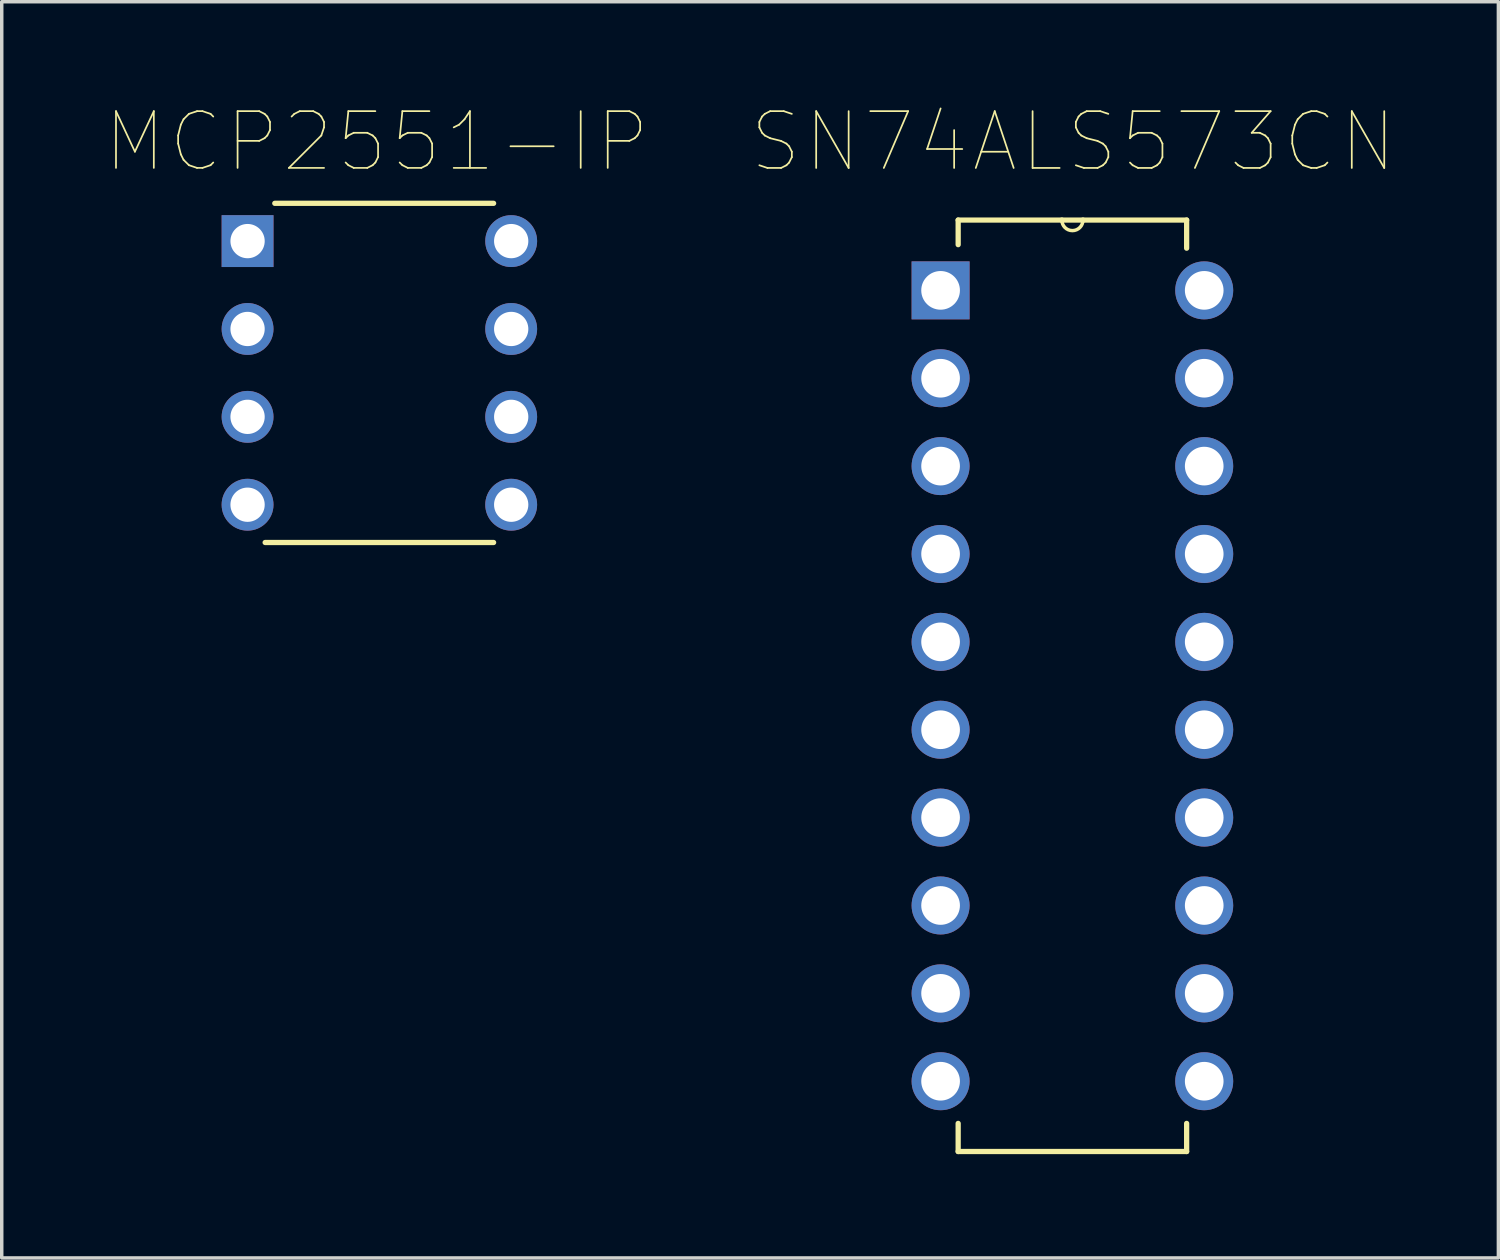
<source format=kicad_pcb>
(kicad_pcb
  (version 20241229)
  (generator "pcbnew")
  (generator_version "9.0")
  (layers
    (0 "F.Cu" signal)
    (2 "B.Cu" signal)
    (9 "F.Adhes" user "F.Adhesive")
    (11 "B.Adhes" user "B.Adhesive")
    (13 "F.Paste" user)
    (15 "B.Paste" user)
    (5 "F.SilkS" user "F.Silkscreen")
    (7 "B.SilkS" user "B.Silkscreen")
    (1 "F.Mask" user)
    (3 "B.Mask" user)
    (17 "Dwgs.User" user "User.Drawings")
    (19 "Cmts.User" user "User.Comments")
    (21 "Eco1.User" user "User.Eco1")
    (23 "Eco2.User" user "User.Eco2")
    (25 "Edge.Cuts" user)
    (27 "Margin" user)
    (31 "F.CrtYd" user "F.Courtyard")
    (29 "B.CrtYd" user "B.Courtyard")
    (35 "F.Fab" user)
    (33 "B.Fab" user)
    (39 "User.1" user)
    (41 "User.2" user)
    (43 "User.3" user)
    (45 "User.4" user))
  (footprint "MCP2551-IP"
    (layer "F.Cu")
    (at 11.726 11.539)
    (property "Reference" "MCP2551-IP" (at -3.887 -10.492 0) (layer "F.SilkS") (effects (font (size 1.64 1.64) (thickness 0.05))))
    (attr through_hole)
    (fp_line (start -7.112 1.092) (end -0.508 1.092) (stroke (width 0.152) (type solid)) (layer "F.SilkS"))
    (fp_line (start -0.508 -8.712) (end -6.833 -8.712) (stroke (width 0.152) (type solid)) (layer "F.SilkS"))
    (fp_line (start -8.103 -8.128) (end -8.103 -7.112) (stroke (width 0.152) (type solid)) (layer "Eco2.User"))
    (fp_line (start -8.103 -7.112) (end -7.112 -7.112) (stroke (width 0.152) (type solid)) (layer "Eco2.User"))
    (fp_line (start -8.103 -5.588) (end -8.103 -4.572) (stroke (width 0.152) (type solid)) (layer "Eco2.User"))
    (fp_line (start -8.103 -4.572) (end -7.112 -4.572) (stroke (width 0.152) (type solid)) (layer "Eco2.User"))
    (fp_line (start -8.103 -3.048) (end -8.103 -2.032) (stroke (width 0.152) (type solid)) (layer "Eco2.User"))
    (fp_line (start -8.103 -2.032) (end -7.112 -2.032) (stroke (width 0.152) (type solid)) (layer "Eco2.User"))
    (fp_line (start -8.103 -0.483) (end -8.103 0.508) (stroke (width 0.152) (type solid)) (layer "Eco2.User"))
    (fp_line (start -8.103 0.508) (end -7.112 0.508) (stroke (width 0.152) (type solid)) (layer "Eco2.User"))
    (fp_line (start -7.112 -8.712) (end -7.112 1.092) (stroke (width 0.152) (type solid)) (layer "Eco2.User"))
    (fp_line (start -7.112 -8.128) (end -8.103 -8.128) (stroke (width 0.152) (type solid)) (layer "Eco2.User"))
    (fp_line (start -7.112 -7.112) (end -7.112 -8.128) (stroke (width 0.152) (type solid)) (layer "Eco2.User"))
    (fp_line (start -7.112 -5.588) (end -8.103 -5.588) (stroke (width 0.152) (type solid)) (layer "Eco2.User"))
    (fp_line (start -7.112 -4.572) (end -7.112 -5.588) (stroke (width 0.152) (type solid)) (layer "Eco2.User"))
    (fp_line (start -7.112 -3.048) (end -8.103 -3.048) (stroke (width 0.152) (type solid)) (layer "Eco2.User"))
    (fp_line (start -7.112 -2.032) (end -7.112 -3.048) (stroke (width 0.152) (type solid)) (layer "Eco2.User"))
    (fp_line (start -7.112 -0.508) (end -8.103 -0.483) (stroke (width 0.152) (type solid)) (layer "Eco2.User"))
    (fp_line (start -7.112 0.508) (end -7.112 -0.508) (stroke (width 0.152) (type solid)) (layer "Eco2.User"))
    (fp_line (start -7.112 1.092) (end -0.508 1.092) (stroke (width 0.152) (type solid)) (layer "Eco2.User"))
    (fp_line (start -0.508 -8.712) (end -7.112 -8.712) (stroke (width 0.152) (type solid)) (layer "Eco2.User"))
    (fp_line (start -0.508 -8.128) (end -0.508 -7.112) (stroke (width 0.152) (type solid)) (layer "Eco2.User"))
    (fp_line (start -0.508 -7.112) (end 0.483 -7.112) (stroke (width 0.152) (type solid)) (layer "Eco2.User"))
    (fp_line (start -0.508 -5.588) (end -0.508 -4.572) (stroke (width 0.152) (type solid)) (layer "Eco2.User"))
    (fp_line (start -0.508 -4.572) (end 0.483 -4.572) (stroke (width 0.152) (type solid)) (layer "Eco2.User"))
    (fp_line (start -0.508 -3.048) (end -0.508 -2.032) (stroke (width 0.152) (type solid)) (layer "Eco2.User"))
    (fp_line (start -0.508 -2.032) (end 0.483 -2.057) (stroke (width 0.152) (type solid)) (layer "Eco2.User"))
    (fp_line (start -0.508 -0.508) (end -0.508 0.508) (stroke (width 0.152) (type solid)) (layer "Eco2.User"))
    (fp_line (start -0.508 0.508) (end 0.483 0.483) (stroke (width 0.152) (type solid)) (layer "Eco2.User"))
    (fp_line (start -0.508 1.092) (end -0.508 -8.712) (stroke (width 0.152) (type solid)) (layer "Eco2.User"))
    (fp_line (start 0.483 -8.128) (end -0.508 -8.128) (stroke (width 0.152) (type solid)) (layer "Eco2.User"))
    (fp_line (start 0.483 -7.112) (end 0.483 -8.128) (stroke (width 0.152) (type solid)) (layer "Eco2.User"))
    (fp_line (start 0.483 -5.588) (end -0.508 -5.588) (stroke (width 0.152) (type solid)) (layer "Eco2.User"))
    (fp_line (start 0.483 -4.572) (end 0.483 -5.588) (stroke (width 0.152) (type solid)) (layer "Eco2.User"))
    (fp_line (start 0.483 -3.048) (end -0.508 -3.048) (stroke (width 0.152) (type solid)) (layer "Eco2.User"))
    (fp_line (start 0.483 -2.057) (end 0.483 -3.048) (stroke (width 0.152) (type solid)) (layer "Eco2.User"))
    (fp_line (start 0.483 -0.508) (end -0.508 -0.508) (stroke (width 0.152) (type solid)) (layer "Eco2.User"))
    (fp_line (start 0.483 0.483) (end 0.483 -0.508) (stroke (width 0.152) (type solid)) (layer "Eco2.User"))
    (pad "1" thru_hole rect (at -7.62 -7.62) (size 1.499 1.499) (drill 0.991) (layers "*.Cu" "*.Mask"))
    (pad "2" thru_hole circle (at -7.62 -5.08) (size 1.499 1.499) (drill 0.991) (layers "*.Cu" "*.Mask"))
    (pad "3" thru_hole circle (at -7.62 -2.54) (size 1.499 1.499) (drill 0.991) (layers "*.Cu" "*.Mask"))
    (pad "4" thru_hole circle (at -7.62 0) (size 1.499 1.499) (drill 0.991) (layers "*.Cu" "*.Mask"))
    (pad "5" thru_hole circle (at 0 0) (size 1.499 1.499) (drill 0.991) (layers "*.Cu" "*.Mask"))
    (pad "6" thru_hole circle (at 0 -2.54) (size 1.499 1.499) (drill 0.991) (layers "*.Cu" "*.Mask"))
    (pad "7" thru_hole circle (at 0 -5.08) (size 1.499 1.499) (drill 0.991) (layers "*.Cu" "*.Mask"))
    (pad "8" thru_hole circle (at 0 -7.62) (size 1.499 1.499) (drill 0.991) (layers "*.Cu" "*.Mask")))
  (footprint "SN74ALS573CN"
    (layer "F.Cu")
    (at 31.758 28.203)
    (property "Reference" "SN74ALS573CN" (at -3.788 -27.155 0) (layer "F.SilkS") (effects (font (size 1.642 1.642) (thickness 0.05))))
    (attr through_hole)
    (fp_line (start -7.112 -24.892) (end -7.112 -24.181) (stroke (width 0.152) (type solid)) (layer "F.SilkS"))
    (fp_line (start -7.112 1.219) (end -7.112 2.032) (stroke (width 0.152) (type solid)) (layer "F.SilkS"))
    (fp_line (start -7.112 2.032) (end -0.508 2.032) (stroke (width 0.152) (type solid)) (layer "F.SilkS"))
    (fp_line (start -4.115 -24.892) (end -7.112 -24.892) (stroke (width 0.152) (type solid)) (layer "F.SilkS"))
    (fp_line (start -3.505 -24.892) (end -4.115 -24.892) (stroke (width 0.152) (type solid)) (layer "F.SilkS"))
    (fp_line (start -0.508 -24.892) (end -3.505 -24.892) (stroke (width 0.152) (type solid)) (layer "F.SilkS"))
    (fp_line (start -0.508 -24.079) (end -0.508 -24.892) (stroke (width 0.152) (type solid)) (layer "F.SilkS"))
    (fp_line (start -0.508 2.032) (end -0.508 1.219) (stroke (width 0.152) (type solid)) (layer "F.SilkS"))
    (fp_arc (start -3.5052 -24.892) (mid -3.81 -24.5872) (end -4.1148 -24.892) (stroke (width 0.1) (type solid)) (layer "F.SilkS"))
    (fp_line (start -8.179 -23.419) (end -8.179 -22.301) (stroke (width 0.152) (type solid)) (layer "Eco2.User"))
    (fp_line (start -8.179 -22.301) (end -7.112 -22.301) (stroke (width 0.152) (type solid)) (layer "Eco2.User"))
    (fp_line (start -8.179 -20.879) (end -8.179 -19.761) (stroke (width 0.152) (type solid)) (layer "Eco2.User"))
    (fp_line (start -8.179 -19.761) (end -7.112 -19.761) (stroke (width 0.152) (type solid)) (layer "Eco2.User"))
    (fp_line (start -8.179 -18.339) (end -8.179 -17.221) (stroke (width 0.152) (type solid)) (layer "Eco2.User"))
    (fp_line (start -8.179 -17.221) (end -7.112 -17.221) (stroke (width 0.152) (type solid)) (layer "Eco2.User"))
    (fp_line (start -8.179 -15.799) (end -8.179 -14.681) (stroke (width 0.152) (type solid)) (layer "Eco2.User"))
    (fp_line (start -8.179 -14.681) (end -7.112 -14.681) (stroke (width 0.152) (type solid)) (layer "Eco2.User"))
    (fp_line (start -8.179 -13.259) (end -8.179 -12.141) (stroke (width 0.152) (type solid)) (layer "Eco2.User"))
    (fp_line (start -8.179 -12.141) (end -7.112 -12.141) (stroke (width 0.152) (type solid)) (layer "Eco2.User"))
    (fp_line (start -8.179 -10.719) (end -8.179 -9.601) (stroke (width 0.152) (type solid)) (layer "Eco2.User"))
    (fp_line (start -8.179 -9.601) (end -7.112 -9.601) (stroke (width 0.152) (type solid)) (layer "Eco2.User"))
    (fp_line (start -8.179 -8.179) (end -8.179 -7.061) (stroke (width 0.152) (type solid)) (layer "Eco2.User"))
    (fp_line (start -8.179 -7.061) (end -7.112 -7.061) (stroke (width 0.152) (type solid)) (layer "Eco2.User"))
    (fp_line (start -8.179 -5.639) (end -8.179 -4.521) (stroke (width 0.152) (type solid)) (layer "Eco2.User"))
    (fp_line (start -8.179 -4.521) (end -7.112 -4.521) (stroke (width 0.152) (type solid)) (layer "Eco2.User"))
    (fp_line (start -8.179 -3.099) (end -8.179 -1.981) (stroke (width 0.152) (type solid)) (layer "Eco2.User"))
    (fp_line (start -8.179 -1.981) (end -7.112 -1.981) (stroke (width 0.152) (type solid)) (layer "Eco2.User"))
    (fp_line (start -8.179 -0.559) (end -8.179 0.559) (stroke (width 0.152) (type solid)) (layer "Eco2.User"))
    (fp_line (start -8.179 0.559) (end -7.112 0.559) (stroke (width 0.152) (type solid)) (layer "Eco2.User"))
    (fp_line (start -7.112 -24.892) (end -7.112 2.032) (stroke (width 0.152) (type solid)) (layer "Eco2.User"))
    (fp_line (start -7.112 -23.419) (end -8.179 -23.419) (stroke (width 0.152) (type solid)) (layer "Eco2.User"))
    (fp_line (start -7.112 -22.301) (end -7.112 -23.419) (stroke (width 0.152) (type solid)) (layer "Eco2.User"))
    (fp_line (start -7.112 -20.879) (end -8.179 -20.879) (stroke (width 0.152) (type solid)) (layer "Eco2.User"))
    (fp_line (start -7.112 -19.761) (end -7.112 -20.879) (stroke (width 0.152) (type solid)) (layer "Eco2.User"))
    (fp_line (start -7.112 -18.339) (end -8.179 -18.339) (stroke (width 0.152) (type solid)) (layer "Eco2.User"))
    (fp_line (start -7.112 -17.221) (end -7.112 -18.339) (stroke (width 0.152) (type solid)) (layer "Eco2.User"))
    (fp_line (start -7.112 -15.799) (end -8.179 -15.799) (stroke (width 0.152) (type solid)) (layer "Eco2.User"))
    (fp_line (start -7.112 -14.681) (end -7.112 -15.799) (stroke (width 0.152) (type solid)) (layer "Eco2.User"))
    (fp_line (start -7.112 -13.259) (end -8.179 -13.259) (stroke (width 0.152) (type solid)) (layer "Eco2.User"))
    (fp_line (start -7.112 -12.141) (end -7.112 -13.259) (stroke (width 0.152) (type solid)) (layer "Eco2.User"))
    (fp_line (start -7.112 -10.719) (end -8.179 -10.719) (stroke (width 0.152) (type solid)) (layer "Eco2.User"))
    (fp_line (start -7.112 -9.601) (end -7.112 -10.719) (stroke (width 0.152) (type solid)) (layer "Eco2.User"))
    (fp_line (start -7.112 -8.179) (end -8.179 -8.179) (stroke (width 0.152) (type solid)) (layer "Eco2.User"))
    (fp_line (start -7.112 -7.061) (end -7.112 -8.179) (stroke (width 0.152) (type solid)) (layer "Eco2.User"))
    (fp_line (start -7.112 -5.639) (end -8.179 -5.639) (stroke (width 0.152) (type solid)) (layer "Eco2.User"))
    (fp_line (start -7.112 -4.521) (end -7.112 -5.639) (stroke (width 0.152) (type solid)) (layer "Eco2.User"))
    (fp_line (start -7.112 -3.099) (end -8.179 -3.099) (stroke (width 0.152) (type solid)) (layer "Eco2.User"))
    (fp_line (start -7.112 -1.981) (end -7.112 -3.099) (stroke (width 0.152) (type solid)) (layer "Eco2.User"))
    (fp_line (start -7.112 -0.559) (end -8.179 -0.559) (stroke (width 0.152) (type solid)) (layer "Eco2.User"))
    (fp_line (start -7.112 0.559) (end -7.112 -0.559) (stroke (width 0.152) (type solid)) (layer "Eco2.User"))
    (fp_line (start -7.112 2.032) (end -0.508 2.032) (stroke (width 0.152) (type solid)) (layer "Eco2.User"))
    (fp_line (start -4.115 -24.892) (end -7.112 -24.892) (stroke (width 0.152) (type solid)) (layer "Eco2.User"))
    (fp_line (start -3.505 -24.892) (end -4.115 -24.892) (stroke (width 0.152) (type solid)) (layer "Eco2.User"))
    (fp_line (start -0.508 -24.892) (end -3.505 -24.892) (stroke (width 0.152) (type solid)) (layer "Eco2.User"))
    (fp_line (start -0.508 -23.419) (end -0.508 -22.301) (stroke (width 0.152) (type solid)) (layer "Eco2.User"))
    (fp_line (start -0.508 -22.301) (end 0.559 -22.301) (stroke (width 0.152) (type solid)) (layer "Eco2.User"))
    (fp_line (start -0.508 -20.879) (end -0.508 -19.761) (stroke (width 0.152) (type solid)) (layer "Eco2.User"))
    (fp_line (start -0.508 -19.761) (end 0.559 -19.761) (stroke (width 0.152) (type solid)) (layer "Eco2.User"))
    (fp_line (start -0.508 -18.339) (end -0.508 -17.221) (stroke (width 0.152) (type solid)) (layer "Eco2.User"))
    (fp_line (start -0.508 -17.221) (end 0.559 -17.221) (stroke (width 0.152) (type solid)) (layer "Eco2.User"))
    (fp_line (start -0.508 -15.799) (end -0.508 -14.681) (stroke (width 0.152) (type solid)) (layer "Eco2.User"))
    (fp_line (start -0.508 -14.681) (end 0.559 -14.681) (stroke (width 0.152) (type solid)) (layer "Eco2.User"))
    (fp_line (start -0.508 -13.259) (end -0.508 -12.141) (stroke (width 0.152) (type solid)) (layer "Eco2.User"))
    (fp_line (start -0.508 -12.141) (end 0.559 -12.141) (stroke (width 0.152) (type solid)) (layer "Eco2.User"))
    (fp_line (start -0.508 -10.719) (end -0.508 -9.601) (stroke (width 0.152) (type solid)) (layer "Eco2.User"))
    (fp_line (start -0.508 -9.601) (end 0.559 -9.601) (stroke (width 0.152) (type solid)) (layer "Eco2.User"))
    (fp_line (start -0.508 -8.179) (end -0.508 -7.061) (stroke (width 0.152) (type solid)) (layer "Eco2.User"))
    (fp_line (start -0.508 -7.061) (end 0.559 -7.061) (stroke (width 0.152) (type solid)) (layer "Eco2.User"))
    (fp_line (start -0.508 -5.639) (end -0.508 -4.521) (stroke (width 0.152) (type solid)) (layer "Eco2.User"))
    (fp_line (start -0.508 -4.521) (end 0.559 -4.521) (stroke (width 0.152) (type solid)) (layer "Eco2.User"))
    (fp_line (start -0.508 -3.099) (end -0.508 -1.981) (stroke (width 0.152) (type solid)) (layer "Eco2.User"))
    (fp_line (start -0.508 -1.981) (end 0.559 -1.981) (stroke (width 0.152) (type solid)) (layer "Eco2.User"))
    (fp_line (start -0.508 -0.559) (end -0.508 0.559) (stroke (width 0.152) (type solid)) (layer "Eco2.User"))
    (fp_line (start -0.508 0.559) (end 0.559 0.559) (stroke (width 0.152) (type solid)) (layer "Eco2.User"))
    (fp_line (start -0.508 2.032) (end -0.508 -24.892) (stroke (width 0.152) (type solid)) (layer "Eco2.User"))
    (fp_line (start 0.559 -23.419) (end -0.508 -23.419) (stroke (width 0.152) (type solid)) (layer "Eco2.User"))
    (fp_line (start 0.559 -22.301) (end 0.559 -23.419) (stroke (width 0.152) (type solid)) (layer "Eco2.User"))
    (fp_line (start 0.559 -20.879) (end -0.508 -20.879) (stroke (width 0.152) (type solid)) (layer "Eco2.User"))
    (fp_line (start 0.559 -19.761) (end 0.559 -20.879) (stroke (width 0.152) (type solid)) (layer "Eco2.User"))
    (fp_line (start 0.559 -18.339) (end -0.508 -18.339) (stroke (width 0.152) (type solid)) (layer "Eco2.User"))
    (fp_line (start 0.559 -17.221) (end 0.559 -18.339) (stroke (width 0.152) (type solid)) (layer "Eco2.User"))
    (fp_line (start 0.559 -15.799) (end -0.508 -15.799) (stroke (width 0.152) (type solid)) (layer "Eco2.User"))
    (fp_line (start 0.559 -14.681) (end 0.559 -15.799) (stroke (width 0.152) (type solid)) (layer "Eco2.User"))
    (fp_line (start 0.559 -13.259) (end -0.508 -13.259) (stroke (width 0.152) (type solid)) (layer "Eco2.User"))
    (fp_line (start 0.559 -12.141) (end 0.559 -13.259) (stroke (width 0.152) (type solid)) (layer "Eco2.User"))
    (fp_line (start 0.559 -10.719) (end -0.508 -10.719) (stroke (width 0.152) (type solid)) (layer "Eco2.User"))
    (fp_line (start 0.559 -9.601) (end 0.559 -10.719) (stroke (width 0.152) (type solid)) (layer "Eco2.User"))
    (fp_line (start 0.559 -8.179) (end -0.508 -8.179) (stroke (width 0.152) (type solid)) (layer "Eco2.User"))
    (fp_line (start 0.559 -7.061) (end 0.559 -8.179) (stroke (width 0.152) (type solid)) (layer "Eco2.User"))
    (fp_line (start 0.559 -5.639) (end -0.508 -5.639) (stroke (width 0.152) (type solid)) (layer "Eco2.User"))
    (fp_line (start 0.559 -4.521) (end 0.559 -5.639) (stroke (width 0.152) (type solid)) (layer "Eco2.User"))
    (fp_line (start 0.559 -3.099) (end -0.508 -3.099) (stroke (width 0.152) (type solid)) (layer "Eco2.User"))
    (fp_line (start 0.559 -1.981) (end 0.559 -3.099) (stroke (width 0.152) (type solid)) (layer "Eco2.User"))
    (fp_line (start 0.559 -0.559) (end -0.508 -0.559) (stroke (width 0.152) (type solid)) (layer "Eco2.User"))
    (fp_line (start 0.559 0.559) (end 0.559 -0.559) (stroke (width 0.152) (type solid)) (layer "Eco2.User"))
    (fp_arc (start -3.5052 -24.892) (mid -3.81 -24.5872) (end -4.1148 -24.892) (stroke (width 0.1) (type solid)) (layer "Eco2.User"))
    (pad "1" thru_hole rect (at -7.62 -22.86) (size 1.676 1.676) (drill 1.118) (layers "*.Cu" "*.Mask"))
    (pad "2" thru_hole circle (at -7.62 -20.32) (size 1.676 1.676) (drill 1.118) (layers "*.Cu" "*.Mask"))
    (pad "3" thru_hole circle (at -7.62 -17.78) (size 1.676 1.676) (drill 1.118) (layers "*.Cu" "*.Mask"))
    (pad "4" thru_hole circle (at -7.62 -15.24) (size 1.676 1.676) (drill 1.118) (layers "*.Cu" "*.Mask"))
    (pad "5" thru_hole circle (at -7.62 -12.7) (size 1.676 1.676) (drill 1.118) (layers "*.Cu" "*.Mask"))
    (pad "6" thru_hole circle (at -7.62 -10.16) (size 1.676 1.676) (drill 1.118) (layers "*.Cu" "*.Mask"))
    (pad "7" thru_hole circle (at -7.62 -7.62) (size 1.676 1.676) (drill 1.118) (layers "*.Cu" "*.Mask"))
    (pad "8" thru_hole circle (at -7.62 -5.08) (size 1.676 1.676) (drill 1.118) (layers "*.Cu" "*.Mask"))
    (pad "9" thru_hole circle (at -7.62 -2.54) (size 1.676 1.676) (drill 1.118) (layers "*.Cu" "*.Mask"))
    (pad "10" thru_hole circle (at -7.62 0) (size 1.676 1.676) (drill 1.118) (layers "*.Cu" "*.Mask"))
    (pad "11" thru_hole circle (at 0 0) (size 1.676 1.676) (drill 1.118) (layers "*.Cu" "*.Mask"))
    (pad "12" thru_hole circle (at 0 -2.54) (size 1.676 1.676) (drill 1.118) (layers "*.Cu" "*.Mask"))
    (pad "13" thru_hole circle (at 0 -5.08) (size 1.676 1.676) (drill 1.118) (layers "*.Cu" "*.Mask"))
    (pad "14" thru_hole circle (at 0 -7.62) (size 1.676 1.676) (drill 1.118) (layers "*.Cu" "*.Mask"))
    (pad "15" thru_hole circle (at 0 -10.16) (size 1.676 1.676) (drill 1.118) (layers "*.Cu" "*.Mask"))
    (pad "16" thru_hole circle (at 0 -12.7) (size 1.676 1.676) (drill 1.118) (layers "*.Cu" "*.Mask"))
    (pad "17" thru_hole circle (at 0 -15.24) (size 1.676 1.676) (drill 1.118) (layers "*.Cu" "*.Mask"))
    (pad "18" thru_hole circle (at 0 -17.78) (size 1.676 1.676) (drill 1.118) (layers "*.Cu" "*.Mask"))
    (pad "19" thru_hole circle (at 0 -20.32) (size 1.676 1.676) (drill 1.118) (layers "*.Cu" "*.Mask"))
    (pad "20" thru_hole circle (at 0 -22.86) (size 1.676 1.676) (drill 1.118) (layers "*.Cu" "*.Mask")))
  (gr_rect
    (start -3 -3)
    (end 40.261 33.311)
    (stroke (width 0.1) (type default))
    (fill no)
    (layer "Edge.Cuts")))
</source>
